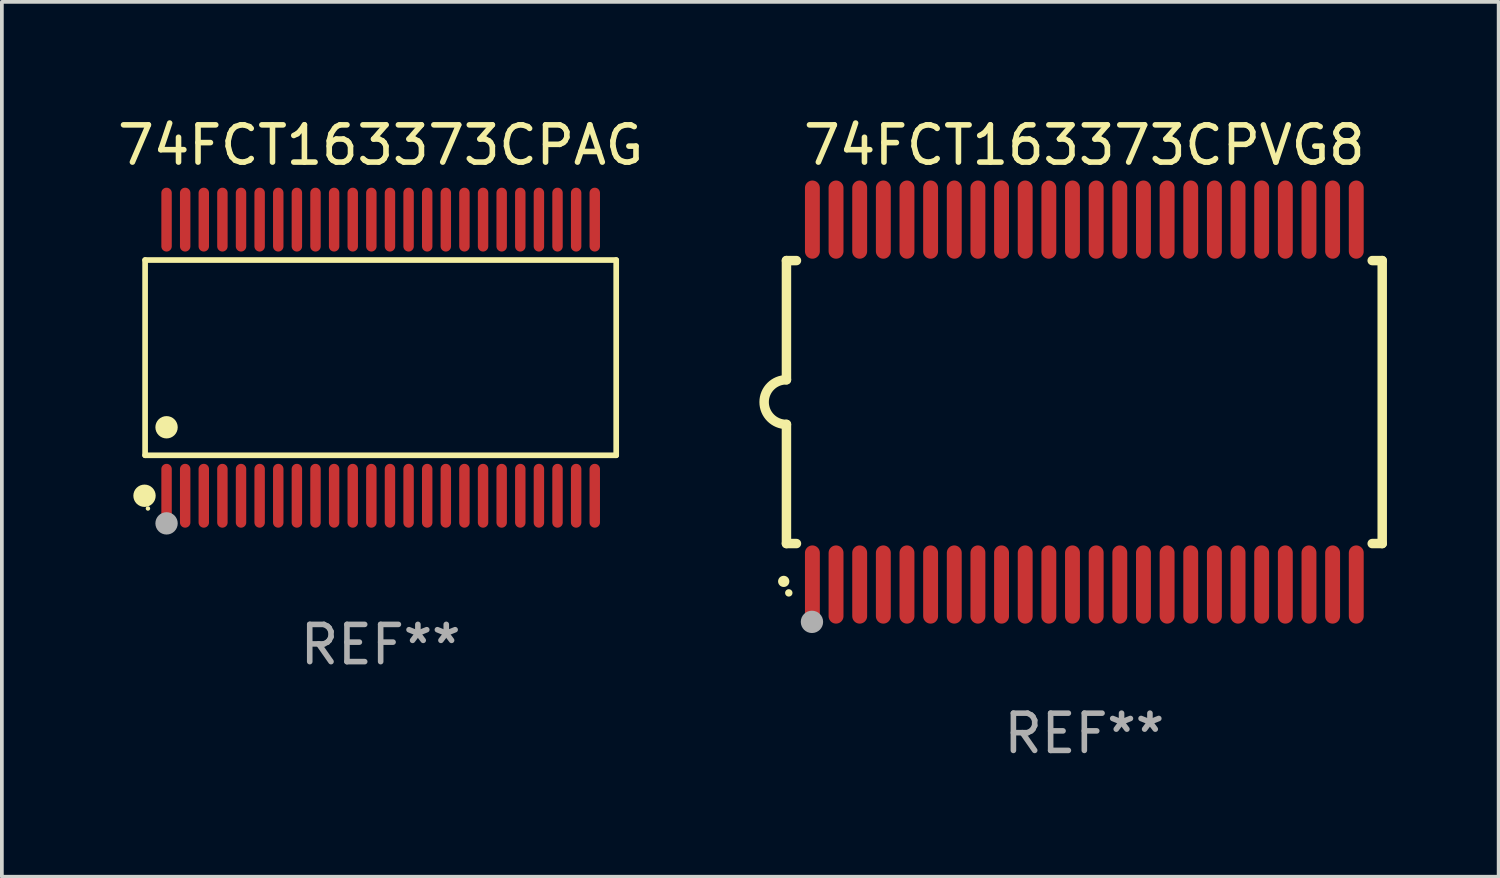
<source format=kicad_pcb>
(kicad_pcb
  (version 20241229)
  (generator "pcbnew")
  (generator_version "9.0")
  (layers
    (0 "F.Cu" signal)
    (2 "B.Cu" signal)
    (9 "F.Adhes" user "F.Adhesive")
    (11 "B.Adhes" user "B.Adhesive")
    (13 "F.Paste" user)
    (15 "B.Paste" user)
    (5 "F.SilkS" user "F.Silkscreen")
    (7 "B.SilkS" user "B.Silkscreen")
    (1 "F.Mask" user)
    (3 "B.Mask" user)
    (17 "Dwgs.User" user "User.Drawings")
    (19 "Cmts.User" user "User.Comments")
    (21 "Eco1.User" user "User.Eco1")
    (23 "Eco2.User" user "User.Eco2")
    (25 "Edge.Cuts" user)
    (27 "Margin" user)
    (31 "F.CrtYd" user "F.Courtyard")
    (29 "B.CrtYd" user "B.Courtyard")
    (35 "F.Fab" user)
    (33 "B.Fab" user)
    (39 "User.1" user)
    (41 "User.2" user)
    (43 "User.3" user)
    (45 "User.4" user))
  (footprint "74FCT163373CPVG8"
    (layer "F.Cu")
    (at 26.071 7.748)
    (property "Reference" "74FCT163373CPVG8" (at 0 -6.9 0) (layer "F.SilkS") (effects (font (size 1 1) (thickness 0.15))))
    (attr through_hole)
    (fp_line (start -8 -3.8) (end -8 -0.599) (stroke (width 0.254) (type solid)) (layer "F.SilkS"))
    (fp_line (start -8 -3.8) (end -7.731 -3.8) (stroke (width 0.254) (type solid)) (layer "F.SilkS"))
    (fp_line (start -8 3.8) (end -8 0.599) (stroke (width 0.254) (type solid)) (layer "F.SilkS"))
    (fp_line (start -7.731 3.8) (end -8 3.8) (stroke (width 0.254) (type solid)) (layer "F.SilkS"))
    (fp_line (start 7.731 -3.8) (end 8 -3.8) (stroke (width 0.254) (type solid)) (layer "F.SilkS"))
    (fp_line (start 8 -3.8) (end 8 3.8) (stroke (width 0.254) (type solid)) (layer "F.SilkS"))
    (fp_line (start 8 3.8) (end 7.731 3.8) (stroke (width 0.254) (type solid)) (layer "F.SilkS"))
    (fp_arc (start -8.074676 4.81585) (mid -8.073406 4.815845) (end -8.072136 4.81585) (stroke (width 0.3) (type solid)) (layer "F.SilkS"))
    (fp_arc (start -8.000025 0.6) (mid -8.598908 0.00056) (end -8.000027 -0.598882) (stroke (width 0.254001) (type solid)) (layer "F.SilkS"))
    (fp_circle (center -7.937 5.125) (end -7.887 5.125) (stroke (width 0.1) (type solid)) (fill no) (layer "F.SilkS"))
    (fp_circle (center -7.315 5.903) (end -7.165 5.903) (stroke (width 0.3) (type solid)) (fill no) (layer "F.Fab"))
    (fp_text user "REF**" (at 0 8.9 0) (layer "F.Fab") (effects (font (size 1 1) (thickness 0.15))))
    (pad "1" smd oval (at -7.303 4.9) (size 0.4 2.1) (layers "F.Cu" "F.Mask" "F.Paste"))
    (pad "2" smd oval (at -6.668 4.9) (size 0.4 2.1) (layers "F.Cu" "F.Mask" "F.Paste"))
    (pad "3" smd oval (at -6.033 4.9) (size 0.4 2.1) (layers "F.Cu" "F.Mask" "F.Paste"))
    (pad "4" smd oval (at -5.398 4.9) (size 0.4 2.1) (layers "F.Cu" "F.Mask" "F.Paste"))
    (pad "5" smd oval (at -4.763 4.9) (size 0.4 2.1) (layers "F.Cu" "F.Mask" "F.Paste"))
    (pad "6" smd oval (at -4.128 4.9) (size 0.4 2.1) (layers "F.Cu" "F.Mask" "F.Paste"))
    (pad "7" smd oval (at -3.493 4.9) (size 0.4 2.1) (layers "F.Cu" "F.Mask" "F.Paste"))
    (pad "8" smd oval (at -2.858 4.9) (size 0.4 2.1) (layers "F.Cu" "F.Mask" "F.Paste"))
    (pad "9" smd oval (at -2.223 4.9) (size 0.4 2.1) (layers "F.Cu" "F.Mask" "F.Paste"))
    (pad "10" smd oval (at -1.588 4.9) (size 0.4 2.1) (layers "F.Cu" "F.Mask" "F.Paste"))
    (pad "11" smd oval (at -0.953 4.9) (size 0.4 2.1) (layers "F.Cu" "F.Mask" "F.Paste"))
    (pad "12" smd oval (at -0.318 4.9) (size 0.4 2.1) (layers "F.Cu" "F.Mask" "F.Paste"))
    (pad "13" smd oval (at 0.318 4.9) (size 0.4 2.1) (layers "F.Cu" "F.Mask" "F.Paste"))
    (pad "14" smd oval (at 0.953 4.9) (size 0.4 2.1) (layers "F.Cu" "F.Mask" "F.Paste"))
    (pad "15" smd oval (at 1.588 4.9) (size 0.4 2.1) (layers "F.Cu" "F.Mask" "F.Paste"))
    (pad "16" smd oval (at 2.223 4.9) (size 0.4 2.1) (layers "F.Cu" "F.Mask" "F.Paste"))
    (pad "17" smd oval (at 2.858 4.9) (size 0.4 2.1) (layers "F.Cu" "F.Mask" "F.Paste"))
    (pad "18" smd oval (at 3.493 4.9) (size 0.4 2.1) (layers "F.Cu" "F.Mask" "F.Paste"))
    (pad "19" smd oval (at 4.128 4.9) (size 0.4 2.1) (layers "F.Cu" "F.Mask" "F.Paste"))
    (pad "20" smd oval (at 4.763 4.9) (size 0.4 2.1) (layers "F.Cu" "F.Mask" "F.Paste"))
    (pad "21" smd oval (at 5.398 4.9) (size 0.4 2.1) (layers "F.Cu" "F.Mask" "F.Paste"))
    (pad "22" smd oval (at 6.033 4.9) (size 0.4 2.1) (layers "F.Cu" "F.Mask" "F.Paste"))
    (pad "23" smd oval (at 6.668 4.9) (size 0.4 2.1) (layers "F.Cu" "F.Mask" "F.Paste"))
    (pad "24" smd oval (at 7.303 4.9) (size 0.4 2.1) (layers "F.Cu" "F.Mask" "F.Paste"))
    (pad "25" smd oval (at 7.303 -4.9 180) (size 0.4 2.1) (layers "F.Cu" "F.Mask" "F.Paste"))
    (pad "26" smd oval (at 6.668 -4.9 180) (size 0.4 2.1) (layers "F.Cu" "F.Mask" "F.Paste"))
    (pad "27" smd oval (at 6.033 -4.9 180) (size 0.4 2.1) (layers "F.Cu" "F.Mask" "F.Paste"))
    (pad "28" smd oval (at 5.398 -4.9 180) (size 0.4 2.1) (layers "F.Cu" "F.Mask" "F.Paste"))
    (pad "29" smd oval (at 4.763 -4.9 180) (size 0.4 2.1) (layers "F.Cu" "F.Mask" "F.Paste"))
    (pad "30" smd oval (at 4.128 -4.9 180) (size 0.4 2.1) (layers "F.Cu" "F.Mask" "F.Paste"))
    (pad "31" smd oval (at 3.493 -4.9 180) (size 0.4 2.1) (layers "F.Cu" "F.Mask" "F.Paste"))
    (pad "32" smd oval (at 2.858 -4.9 180) (size 0.4 2.1) (layers "F.Cu" "F.Mask" "F.Paste"))
    (pad "33" smd oval (at 2.223 -4.9 180) (size 0.4 2.1) (layers "F.Cu" "F.Mask" "F.Paste"))
    (pad "34" smd oval (at 1.588 -4.9 180) (size 0.4 2.1) (layers "F.Cu" "F.Mask" "F.Paste"))
    (pad "35" smd oval (at 0.953 -4.9 180) (size 0.4 2.1) (layers "F.Cu" "F.Mask" "F.Paste"))
    (pad "36" smd oval (at 0.318 -4.9 180) (size 0.4 2.1) (layers "F.Cu" "F.Mask" "F.Paste"))
    (pad "37" smd oval (at -0.318 -4.9 180) (size 0.4 2.1) (layers "F.Cu" "F.Mask" "F.Paste"))
    (pad "38" smd oval (at -0.953 -4.9 180) (size 0.4 2.1) (layers "F.Cu" "F.Mask" "F.Paste"))
    (pad "39" smd oval (at -1.588 -4.9 180) (size 0.4 2.1) (layers "F.Cu" "F.Mask" "F.Paste"))
    (pad "40" smd oval (at -2.223 -4.9 180) (size 0.4 2.1) (layers "F.Cu" "F.Mask" "F.Paste"))
    (pad "41" smd oval (at -2.858 -4.9 180) (size 0.4 2.1) (layers "F.Cu" "F.Mask" "F.Paste"))
    (pad "42" smd oval (at -3.493 -4.9 180) (size 0.4 2.1) (layers "F.Cu" "F.Mask" "F.Paste"))
    (pad "43" smd oval (at -4.128 -4.9 180) (size 0.4 2.1) (layers "F.Cu" "F.Mask" "F.Paste"))
    (pad "44" smd oval (at -4.763 -4.9 180) (size 0.4 2.1) (layers "F.Cu" "F.Mask" "F.Paste"))
    (pad "45" smd oval (at -5.398 -4.9 180) (size 0.4 2.1) (layers "F.Cu" "F.Mask" "F.Paste"))
    (pad "46" smd oval (at -6.033 -4.9 180) (size 0.4 2.1) (layers "F.Cu" "F.Mask" "F.Paste"))
    (pad "47" smd oval (at -6.668 -4.9 180) (size 0.4 2.1) (layers "F.Cu" "F.Mask" "F.Paste"))
    (pad "48" smd oval (at -7.303 -4.9 180) (size 0.4 2.1) (layers "F.Cu" "F.Mask" "F.Paste")))
  (footprint "74FCT163373CPAG"
    (layer "F.Cu")
    (at 7.173 6.556)
    (property "Reference" "74FCT163373CPAG" (at 0 -5.708 0) (layer "F.SilkS") (effects (font (size 1 1) (thickness 0.15))))
    (attr through_hole)
    (fp_line (start -6.326 -2.622) (end 6.326 -2.622) (stroke (width 0.152) (type solid)) (layer "F.SilkS"))
    (fp_line (start -6.326 2.621) (end -6.326 -2.622) (stroke (width 0.152) (type solid)) (layer "F.SilkS"))
    (fp_line (start 6.326 -2.622) (end 6.326 2.621) (stroke (width 0.152) (type solid)) (layer "F.SilkS"))
    (fp_line (start 6.326 2.621) (end -6.326 2.621) (stroke (width 0.152) (type solid)) (layer "F.SilkS"))
    (fp_circle (center -6.342 3.708) (end -6.192 3.708) (stroke (width 0.3) (type solid)) (fill no) (layer "F.SilkS"))
    (fp_circle (center -6.25 4.05) (end -6.22 4.05) (stroke (width 0.06) (type solid)) (fill no) (layer "F.SilkS"))
    (fp_circle (center -5.75 1.869) (end -5.6 1.869) (stroke (width 0.3) (type solid)) (fill no) (layer "F.SilkS"))
    (fp_circle (center -5.75 4.45) (end -5.6 4.45) (stroke (width 0.3) (type solid)) (fill no) (layer "F.Fab"))
    (fp_text user "REF**" (at 0 7.708 0) (layer "F.Fab") (effects (font (size 1 1) (thickness 0.15))))
    (pad "1" smd oval (at -5.75 3.708) (size 0.28 1.715) (layers "F.Cu" "F.Mask" "F.Paste"))
    (pad "2" smd oval (at -5.25 3.708) (size 0.28 1.715) (layers "F.Cu" "F.Mask" "F.Paste"))
    (pad "3" smd oval (at -4.75 3.708) (size 0.28 1.715) (layers "F.Cu" "F.Mask" "F.Paste"))
    (pad "4" smd oval (at -4.25 3.708) (size 0.28 1.715) (layers "F.Cu" "F.Mask" "F.Paste"))
    (pad "5" smd oval (at -3.75 3.708) (size 0.28 1.715) (layers "F.Cu" "F.Mask" "F.Paste"))
    (pad "6" smd oval (at -3.25 3.708) (size 0.28 1.715) (layers "F.Cu" "F.Mask" "F.Paste"))
    (pad "7" smd oval (at -2.75 3.708) (size 0.28 1.715) (layers "F.Cu" "F.Mask" "F.Paste"))
    (pad "8" smd oval (at -2.25 3.708) (size 0.28 1.715) (layers "F.Cu" "F.Mask" "F.Paste"))
    (pad "9" smd oval (at -1.75 3.708) (size 0.28 1.715) (layers "F.Cu" "F.Mask" "F.Paste"))
    (pad "10" smd oval (at -1.25 3.708) (size 0.28 1.715) (layers "F.Cu" "F.Mask" "F.Paste"))
    (pad "11" smd oval (at -0.75 3.708) (size 0.28 1.715) (layers "F.Cu" "F.Mask" "F.Paste"))
    (pad "12" smd oval (at -0.25 3.708) (size 0.28 1.715) (layers "F.Cu" "F.Mask" "F.Paste"))
    (pad "13" smd oval (at 0.25 3.708) (size 0.28 1.715) (layers "F.Cu" "F.Mask" "F.Paste"))
    (pad "14" smd oval (at 0.75 3.708) (size 0.28 1.715) (layers "F.Cu" "F.Mask" "F.Paste"))
    (pad "15" smd oval (at 1.25 3.708) (size 0.28 1.715) (layers "F.Cu" "F.Mask" "F.Paste"))
    (pad "16" smd oval (at 1.75 3.708) (size 0.28 1.715) (layers "F.Cu" "F.Mask" "F.Paste"))
    (pad "17" smd oval (at 2.25 3.708) (size 0.28 1.715) (layers "F.Cu" "F.Mask" "F.Paste"))
    (pad "18" smd oval (at 2.75 3.708) (size 0.28 1.715) (layers "F.Cu" "F.Mask" "F.Paste"))
    (pad "19" smd oval (at 3.25 3.708) (size 0.28 1.715) (layers "F.Cu" "F.Mask" "F.Paste"))
    (pad "20" smd oval (at 3.75 3.708) (size 0.28 1.715) (layers "F.Cu" "F.Mask" "F.Paste"))
    (pad "21" smd oval (at 4.25 3.708) (size 0.28 1.715) (layers "F.Cu" "F.Mask" "F.Paste"))
    (pad "22" smd oval (at 4.75 3.708) (size 0.28 1.715) (layers "F.Cu" "F.Mask" "F.Paste"))
    (pad "23" smd oval (at 5.25 3.708) (size 0.28 1.715) (layers "F.Cu" "F.Mask" "F.Paste"))
    (pad "24" smd oval (at 5.75 3.708) (size 0.28 1.715) (layers "F.Cu" "F.Mask" "F.Paste"))
    (pad "25" smd oval (at 5.75 -3.708) (size 0.28 1.715) (layers "F.Cu" "F.Mask" "F.Paste"))
    (pad "26" smd oval (at 5.25 -3.708) (size 0.28 1.715) (layers "F.Cu" "F.Mask" "F.Paste"))
    (pad "27" smd oval (at 4.75 -3.708) (size 0.28 1.715) (layers "F.Cu" "F.Mask" "F.Paste"))
    (pad "28" smd oval (at 4.25 -3.708) (size 0.28 1.715) (layers "F.Cu" "F.Mask" "F.Paste"))
    (pad "29" smd oval (at 3.75 -3.708) (size 0.28 1.715) (layers "F.Cu" "F.Mask" "F.Paste"))
    (pad "30" smd oval (at 3.25 -3.708) (size 0.28 1.715) (layers "F.Cu" "F.Mask" "F.Paste"))
    (pad "31" smd oval (at 2.75 -3.708) (size 0.28 1.715) (layers "F.Cu" "F.Mask" "F.Paste"))
    (pad "32" smd oval (at 2.25 -3.708) (size 0.28 1.715) (layers "F.Cu" "F.Mask" "F.Paste"))
    (pad "33" smd oval (at 1.75 -3.708) (size 0.28 1.715) (layers "F.Cu" "F.Mask" "F.Paste"))
    (pad "34" smd oval (at 1.25 -3.708) (size 0.28 1.715) (layers "F.Cu" "F.Mask" "F.Paste"))
    (pad "35" smd oval (at 0.75 -3.708) (size 0.28 1.715) (layers "F.Cu" "F.Mask" "F.Paste"))
    (pad "36" smd oval (at 0.25 -3.708) (size 0.28 1.715) (layers "F.Cu" "F.Mask" "F.Paste"))
    (pad "37" smd oval (at -0.25 -3.708) (size 0.28 1.715) (layers "F.Cu" "F.Mask" "F.Paste"))
    (pad "38" smd oval (at -0.75 -3.708) (size 0.28 1.715) (layers "F.Cu" "F.Mask" "F.Paste"))
    (pad "39" smd oval (at -1.25 -3.708) (size 0.28 1.715) (layers "F.Cu" "F.Mask" "F.Paste"))
    (pad "40" smd oval (at -1.75 -3.708) (size 0.28 1.715) (layers "F.Cu" "F.Mask" "F.Paste"))
    (pad "41" smd oval (at -2.25 -3.708) (size 0.28 1.715) (layers "F.Cu" "F.Mask" "F.Paste"))
    (pad "42" smd oval (at -2.75 -3.708) (size 0.28 1.715) (layers "F.Cu" "F.Mask" "F.Paste"))
    (pad "43" smd oval (at -3.25 -3.708) (size 0.28 1.715) (layers "F.Cu" "F.Mask" "F.Paste"))
    (pad "44" smd oval (at -3.75 -3.708) (size 0.28 1.715) (layers "F.Cu" "F.Mask" "F.Paste"))
    (pad "45" smd oval (at -4.25 -3.708) (size 0.28 1.715) (layers "F.Cu" "F.Mask" "F.Paste"))
    (pad "46" smd oval (at -4.75 -3.708) (size 0.28 1.715) (layers "F.Cu" "F.Mask" "F.Paste"))
    (pad "47" smd oval (at -5.25 -3.708) (size 0.28 1.715) (layers "F.Cu" "F.Mask" "F.Paste"))
    (pad "48" smd oval (at -5.75 -3.708) (size 0.28 1.715) (layers "F.Cu" "F.Mask" "F.Paste")))
  (gr_rect
    (start -3 -3)
    (end 37.198 20.496)
    (stroke (width 0.1) (type default))
    (fill no)
    (layer "Edge.Cuts")))
</source>
